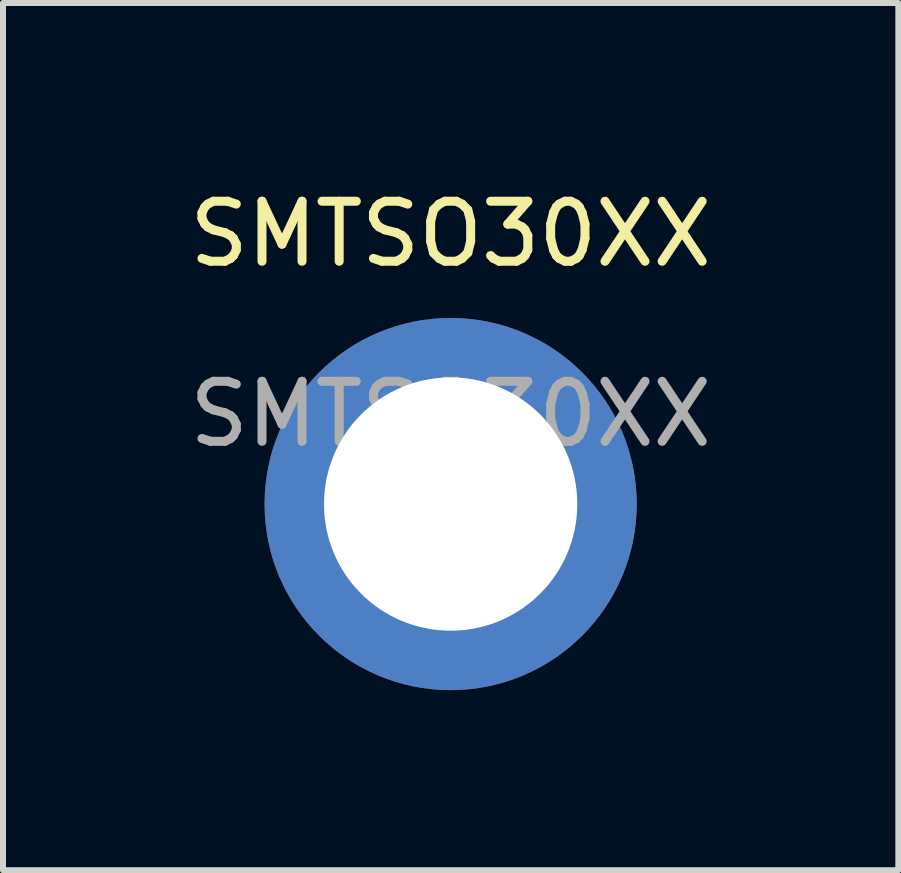
<source format=kicad_pcb>
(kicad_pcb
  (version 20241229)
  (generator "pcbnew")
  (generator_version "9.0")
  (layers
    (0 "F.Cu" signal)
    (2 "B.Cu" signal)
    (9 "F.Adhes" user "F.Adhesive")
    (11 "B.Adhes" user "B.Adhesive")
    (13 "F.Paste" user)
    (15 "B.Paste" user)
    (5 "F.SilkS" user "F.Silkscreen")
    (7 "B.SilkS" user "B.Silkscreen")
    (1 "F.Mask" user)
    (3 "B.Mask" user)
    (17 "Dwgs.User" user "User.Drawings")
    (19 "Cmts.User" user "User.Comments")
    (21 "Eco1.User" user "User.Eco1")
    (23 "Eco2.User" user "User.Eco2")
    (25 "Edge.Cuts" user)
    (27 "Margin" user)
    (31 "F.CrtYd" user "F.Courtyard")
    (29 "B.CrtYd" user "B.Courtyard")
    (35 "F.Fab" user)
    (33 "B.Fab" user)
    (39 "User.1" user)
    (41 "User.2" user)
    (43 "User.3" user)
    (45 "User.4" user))
  (footprint "SMTSO30XX"
    (layer "F.Cu")
    (at 4.458 5.348)
    (property "Reference" "SMTSO30XX" (at 0 -4.5 0) (unlocked yes) (layer "F.SilkS") (effects (font (size 1 1) (thickness 0.15))))
    (attr through_hole)
    (fp_text user "${REFERENCE}" (at 0 -1.5 0) (unlocked yes) (layer "F.Fab") (effects (font (size 1 1) (thickness 0.15))))
    (pad "1" thru_hole circle (at 0 0) (size 6.2 6.2) (drill 4.22) (layers "*.Cu" "*.Mask")))
  (gr_rect
    (start -3 -3)
    (end 11.917 11.448)
    (stroke (width 0.1) (type default))
    (fill no)
    (layer "Edge.Cuts")))
</source>
